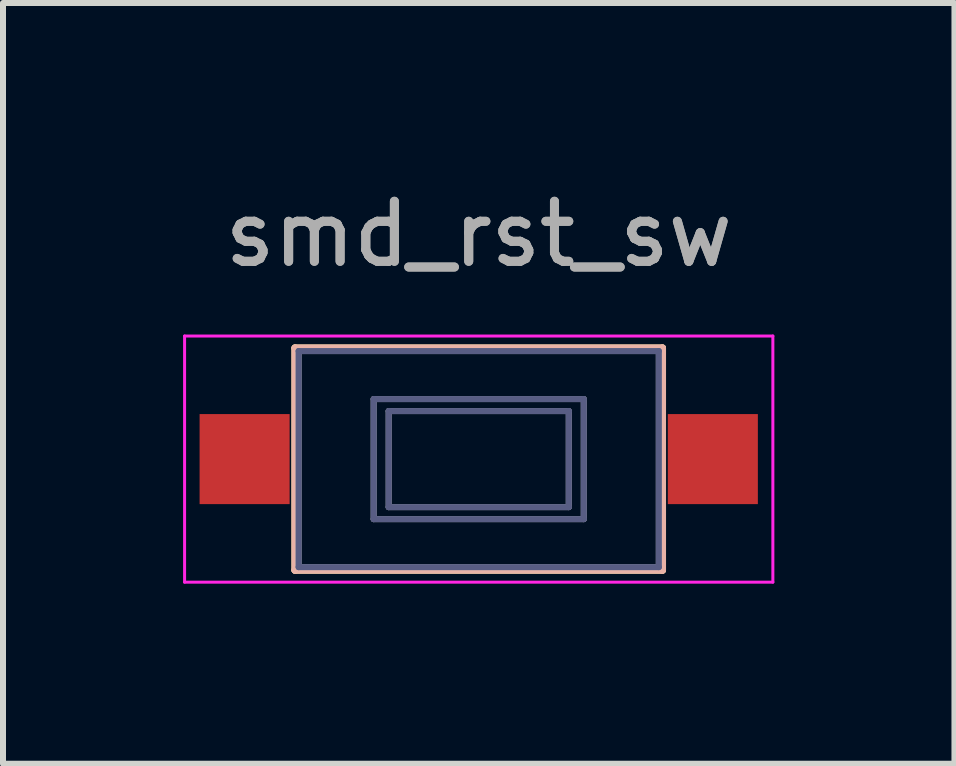
<source format=kicad_pcb>
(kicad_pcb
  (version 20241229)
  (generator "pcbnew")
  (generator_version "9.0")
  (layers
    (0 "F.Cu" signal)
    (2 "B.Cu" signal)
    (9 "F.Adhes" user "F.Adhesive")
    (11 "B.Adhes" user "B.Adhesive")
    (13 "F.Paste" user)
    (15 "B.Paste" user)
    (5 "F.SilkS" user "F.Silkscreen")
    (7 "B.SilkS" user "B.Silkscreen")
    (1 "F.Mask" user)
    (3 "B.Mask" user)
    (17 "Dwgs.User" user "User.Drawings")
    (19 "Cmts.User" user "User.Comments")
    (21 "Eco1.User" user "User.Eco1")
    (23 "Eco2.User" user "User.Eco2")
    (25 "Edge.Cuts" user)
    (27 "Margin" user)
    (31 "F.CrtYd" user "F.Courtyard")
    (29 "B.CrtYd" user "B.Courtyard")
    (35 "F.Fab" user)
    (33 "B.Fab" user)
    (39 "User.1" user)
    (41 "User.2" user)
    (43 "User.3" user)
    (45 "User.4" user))
  (footprint "smd_rst_sw"
    (layer "F.Cu")
    (at 4.925 4.598)
    (property "Reference" "smd_rst_sw" (at 0 -3.75 180) (layer "F.Fab") (effects (font (size 1 1) (thickness 0.15))))
    (attr smd)
    (fp_line (start -3.06 -1.85) (end 3.06 -1.85) (stroke (width 0.12) (type solid)) (layer "F.SilkS"))
    (fp_line (start -3.06 1.85) (end -3.06 -1.85) (stroke (width 0.12) (type solid)) (layer "F.SilkS"))
    (fp_line (start 3.06 -1.85) (end 3.06 1.85) (stroke (width 0.12) (type solid)) (layer "F.SilkS"))
    (fp_line (start 3.06 1.85) (end -3.06 1.85) (stroke (width 0.12) (type solid)) (layer "F.SilkS"))
    (fp_line (start -3.06 -1.85) (end -3.06 1.85) (stroke (width 0.12) (type solid)) (layer "B.SilkS"))
    (fp_line (start -3.06 1.85) (end 3.06 1.85) (stroke (width 0.12) (type solid)) (layer "B.SilkS"))
    (fp_line (start 3.06 -1.85) (end -3.06 -1.85) (stroke (width 0.12) (type solid)) (layer "B.SilkS"))
    (fp_line (start 3.06 1.85) (end 3.06 -1.85) (stroke (width 0.12) (type solid)) (layer "B.SilkS"))
    (fp_line (start -4.9 -2.05) (end 4.9 -2.05) (stroke (width 0.05) (type solid)) (layer "F.CrtYd"))
    (fp_line (start -4.9 2.05) (end -4.9 -2.05) (stroke (width 0.05) (type solid)) (layer "F.CrtYd"))
    (fp_line (start 4.9 -2.05) (end 4.9 2.05) (stroke (width 0.05) (type solid)) (layer "F.CrtYd"))
    (fp_line (start 4.9 2.05) (end -4.9 2.05) (stroke (width 0.05) (type solid)) (layer "F.CrtYd"))
    (fp_line (start -3 -1.8) (end 3 -1.8) (stroke (width 0.1) (type solid)) (layer "B.Fab"))
    (fp_line (start -3 1.8) (end -3 -1.8) (stroke (width 0.1) (type solid)) (layer "B.Fab"))
    (fp_line (start -3 1.8) (end 3 1.8) (stroke (width 0.1) (type solid)) (layer "B.Fab"))
    (fp_line (start -1.75 -1) (end -1.75 1) (stroke (width 0.1) (type solid)) (layer "B.Fab"))
    (fp_line (start -1.75 1) (end 1.75 1) (stroke (width 0.1) (type solid)) (layer "B.Fab"))
    (fp_line (start -1.5 -0.8) (end 1.5 -0.8) (stroke (width 0.1) (type solid)) (layer "B.Fab"))
    (fp_line (start -1.5 0.8) (end -1.5 -0.8) (stroke (width 0.1) (type solid)) (layer "B.Fab"))
    (fp_line (start -1.5 0.8) (end 1.5 0.8) (stroke (width 0.1) (type solid)) (layer "B.Fab"))
    (fp_line (start 1.5 0.8) (end 1.5 -0.8) (stroke (width 0.1) (type solid)) (layer "B.Fab"))
    (fp_line (start 1.75 -1) (end -1.75 -1) (stroke (width 0.1) (type solid)) (layer "B.Fab"))
    (fp_line (start 1.75 1) (end 1.75 -1) (stroke (width 0.1) (type solid)) (layer "B.Fab"))
    (fp_line (start 3 1.8) (end 3 -1.8) (stroke (width 0.1) (type solid)) (layer "B.Fab"))
    (fp_line (start -3 -1.8) (end -3 1.8) (stroke (width 0.1) (type solid)) (layer "F.Fab"))
    (fp_line (start -3 -1.8) (end 3 -1.8) (stroke (width 0.1) (type solid)) (layer "F.Fab"))
    (fp_line (start -3 1.8) (end 3 1.8) (stroke (width 0.1) (type solid)) (layer "F.Fab"))
    (fp_line (start -1.75 -1) (end 1.75 -1) (stroke (width 0.1) (type solid)) (layer "F.Fab"))
    (fp_line (start -1.75 1) (end -1.75 -1) (stroke (width 0.1) (type solid)) (layer "F.Fab"))
    (fp_line (start -1.5 -0.8) (end -1.5 0.8) (stroke (width 0.1) (type solid)) (layer "F.Fab"))
    (fp_line (start -1.5 -0.8) (end 1.5 -0.8) (stroke (width 0.1) (type solid)) (layer "F.Fab"))
    (fp_line (start -1.5 0.8) (end 1.5 0.8) (stroke (width 0.1) (type solid)) (layer "F.Fab"))
    (fp_line (start 1.5 -0.8) (end 1.5 0.8) (stroke (width 0.1) (type solid)) (layer "F.Fab"))
    (fp_line (start 1.75 -1) (end 1.75 1) (stroke (width 0.1) (type solid)) (layer "F.Fab"))
    (fp_line (start 1.75 1) (end -1.75 1) (stroke (width 0.1) (type solid)) (layer "F.Fab"))
    (fp_line (start 3 -1.8) (end 3 1.8) (stroke (width 0.1) (type solid)) (layer "F.Fab"))
    (fp_text user "${REFERENCE}" (at 0 -3.75 180) (layer "F.Fab") (effects (font (size 1 1) (thickness 0.15))))
    (pad "1" smd rect (at -3.9 0) (size 1.5 1.5) (layers "F.Cu" "F.Mask" "F.Paste"))
    (pad "2" smd rect (at 3.9 0) (size 1.5 1.5) (layers "F.Cu" "F.Mask" "F.Paste")))
  (gr_rect
    (start -3 -3)
    (end 12.85 9.673)
    (stroke (width 0.1) (type default))
    (fill no)
    (layer "Edge.Cuts")))
</source>
